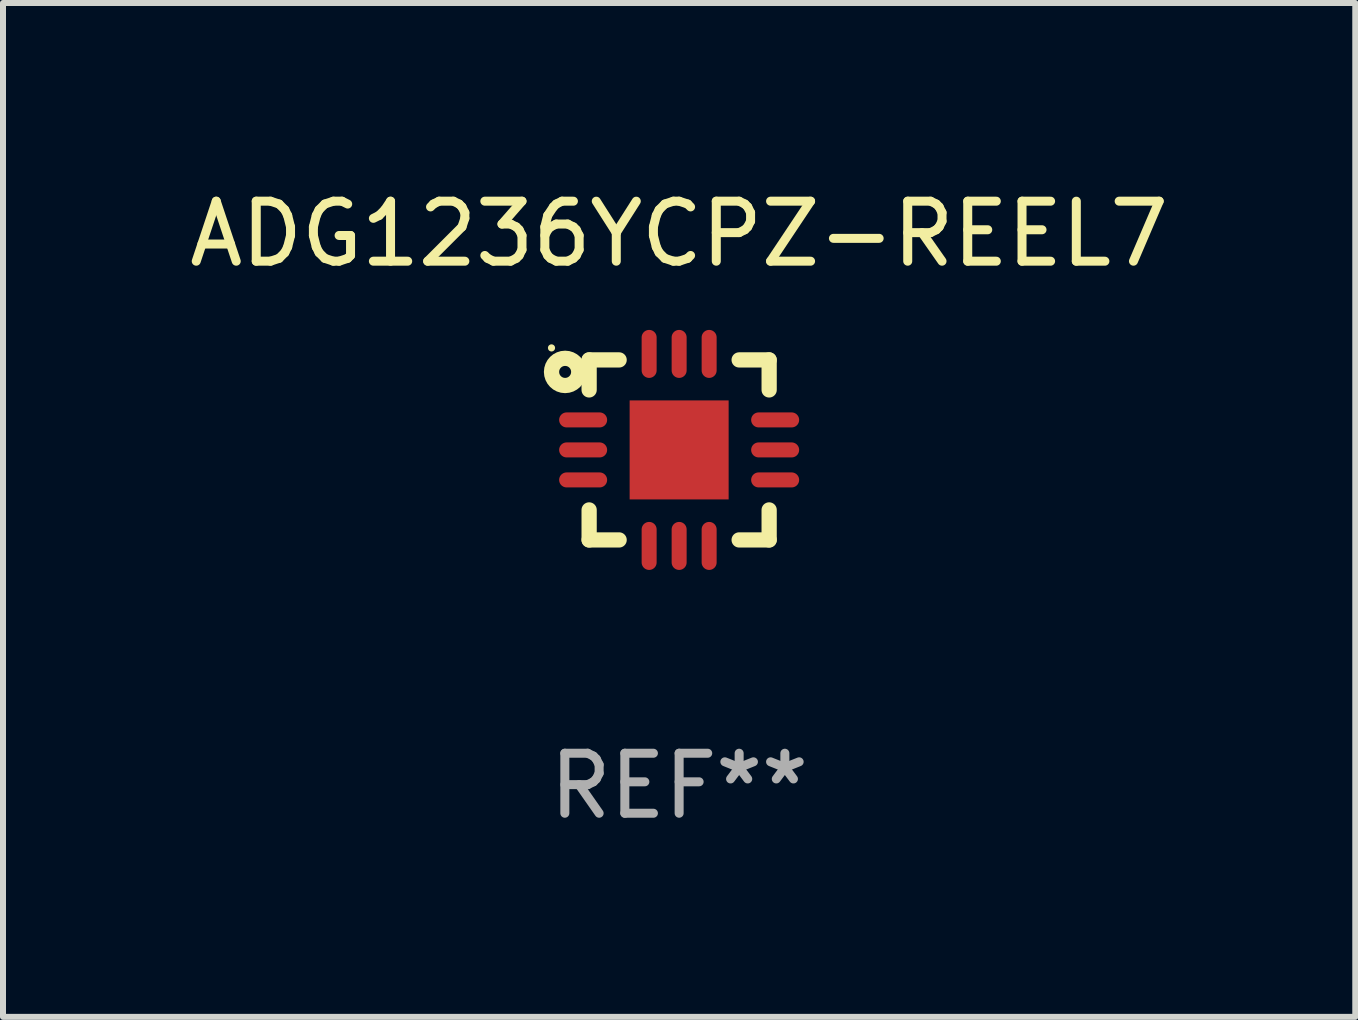
<source format=kicad_pcb>
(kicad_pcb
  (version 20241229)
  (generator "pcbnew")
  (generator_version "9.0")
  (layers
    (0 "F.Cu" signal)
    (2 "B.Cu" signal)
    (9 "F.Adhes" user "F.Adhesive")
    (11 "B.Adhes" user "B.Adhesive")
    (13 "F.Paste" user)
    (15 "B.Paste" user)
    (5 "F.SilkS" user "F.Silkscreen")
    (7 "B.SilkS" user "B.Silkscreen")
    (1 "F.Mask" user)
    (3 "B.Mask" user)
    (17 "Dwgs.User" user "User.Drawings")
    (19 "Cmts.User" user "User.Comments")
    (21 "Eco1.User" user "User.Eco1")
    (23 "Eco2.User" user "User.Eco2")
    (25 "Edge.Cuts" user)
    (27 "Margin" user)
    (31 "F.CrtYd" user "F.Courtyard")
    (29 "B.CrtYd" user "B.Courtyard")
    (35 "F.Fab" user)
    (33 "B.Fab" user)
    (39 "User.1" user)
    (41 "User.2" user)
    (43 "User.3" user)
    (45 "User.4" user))
  (footprint "ADG1236YCPZ-REEL7"
    (layer "F.Cu")
    (at 8.268 4.448)
    (property "Reference" "ADG1236YCPZ-REEL7" (at 0 -3.6 0) (layer "F.SilkS") (effects (font (size 1 1) (thickness 0.15))))
    (attr through_hole)
    (fp_line (start -1.5 -1.5) (end -1.5 -1) (stroke (width 0.254) (type solid)) (layer "F.SilkS"))
    (fp_line (start -1.5 -1.5) (end -1 -1.5) (stroke (width 0.254) (type solid)) (layer "F.SilkS"))
    (fp_line (start -1.5 1.5) (end -1.5 1) (stroke (width 0.254) (type solid)) (layer "F.SilkS"))
    (fp_line (start -1.5 1.5) (end -1 1.5) (stroke (width 0.254) (type solid)) (layer "F.SilkS"))
    (fp_line (start 1.5 -1.5) (end 1 -1.5) (stroke (width 0.254) (type solid)) (layer "F.SilkS"))
    (fp_line (start 1.5 -1.5) (end 1.5 -1) (stroke (width 0.254) (type solid)) (layer "F.SilkS"))
    (fp_line (start 1.5 1.5) (end 1 1.5) (stroke (width 0.254) (type solid)) (layer "F.SilkS"))
    (fp_line (start 1.5 1.5) (end 1.5 1) (stroke (width 0.254) (type solid)) (layer "F.SilkS"))
    (fp_circle (center -2.127 -1.7) (end -2.097 -1.7) (stroke (width 0.06) (type solid)) (fill no) (layer "F.SilkS"))
    (fp_circle (center -1.9 -1.3) (end -1.8 -1.3) (stroke (width 0.254) (type solid)) (fill no) (layer "F.SilkS"))
    (fp_text user "REF**" (at 0 5.6 0) (layer "F.Fab") (effects (font (size 1 1) (thickness 0.15))))
    (pad "1" smd oval (at -1.6 -0.5 90) (size 0.25 0.8) (layers "F.Cu" "F.Mask" "F.Paste"))
    (pad "2" smd oval (at -1.6 0 90) (size 0.25 0.8) (layers "F.Cu" "F.Mask" "F.Paste"))
    (pad "3" smd oval (at -1.6 0.5 90) (size 0.25 0.8) (layers "F.Cu" "F.Mask" "F.Paste"))
    (pad "4" smd oval (at -0.5 1.6 180) (size 0.25 0.8) (layers "F.Cu" "F.Mask" "F.Paste"))
    (pad "5" smd oval (at 0 1.6 180) (size 0.25 0.8) (layers "F.Cu" "F.Mask" "F.Paste"))
    (pad "6" smd oval (at 0.5 1.6 180) (size 0.25 0.8) (layers "F.Cu" "F.Mask" "F.Paste"))
    (pad "7" smd oval (at 1.6 0.5 90) (size 0.25 0.8) (layers "F.Cu" "F.Mask" "F.Paste"))
    (pad "8" smd oval (at 1.6 0 90) (size 0.25 0.8) (layers "F.Cu" "F.Mask" "F.Paste"))
    (pad "9" smd oval (at 1.6 -0.5 90) (size 0.25 0.8) (layers "F.Cu" "F.Mask" "F.Paste"))
    (pad "10" smd oval (at 0.5 -1.6 180) (size 0.25 0.8) (layers "F.Cu" "F.Mask" "F.Paste"))
    (pad "11" smd oval (at 0 -1.6 180) (size 0.25 0.8) (layers "F.Cu" "F.Mask" "F.Paste"))
    (pad "12" smd oval (at -0.5 -1.6 180) (size 0.25 0.8) (layers "F.Cu" "F.Mask" "F.Paste"))
    (pad "13" smd rect (at 0 0) (size 1.65 1.65) (layers "F.Cu" "F.Mask" "F.Paste")))
  (gr_rect
    (start -3 -3)
    (end 19.536 13.896)
    (stroke (width 0.1) (type default))
    (fill no)
    (layer "Edge.Cuts")))
</source>
